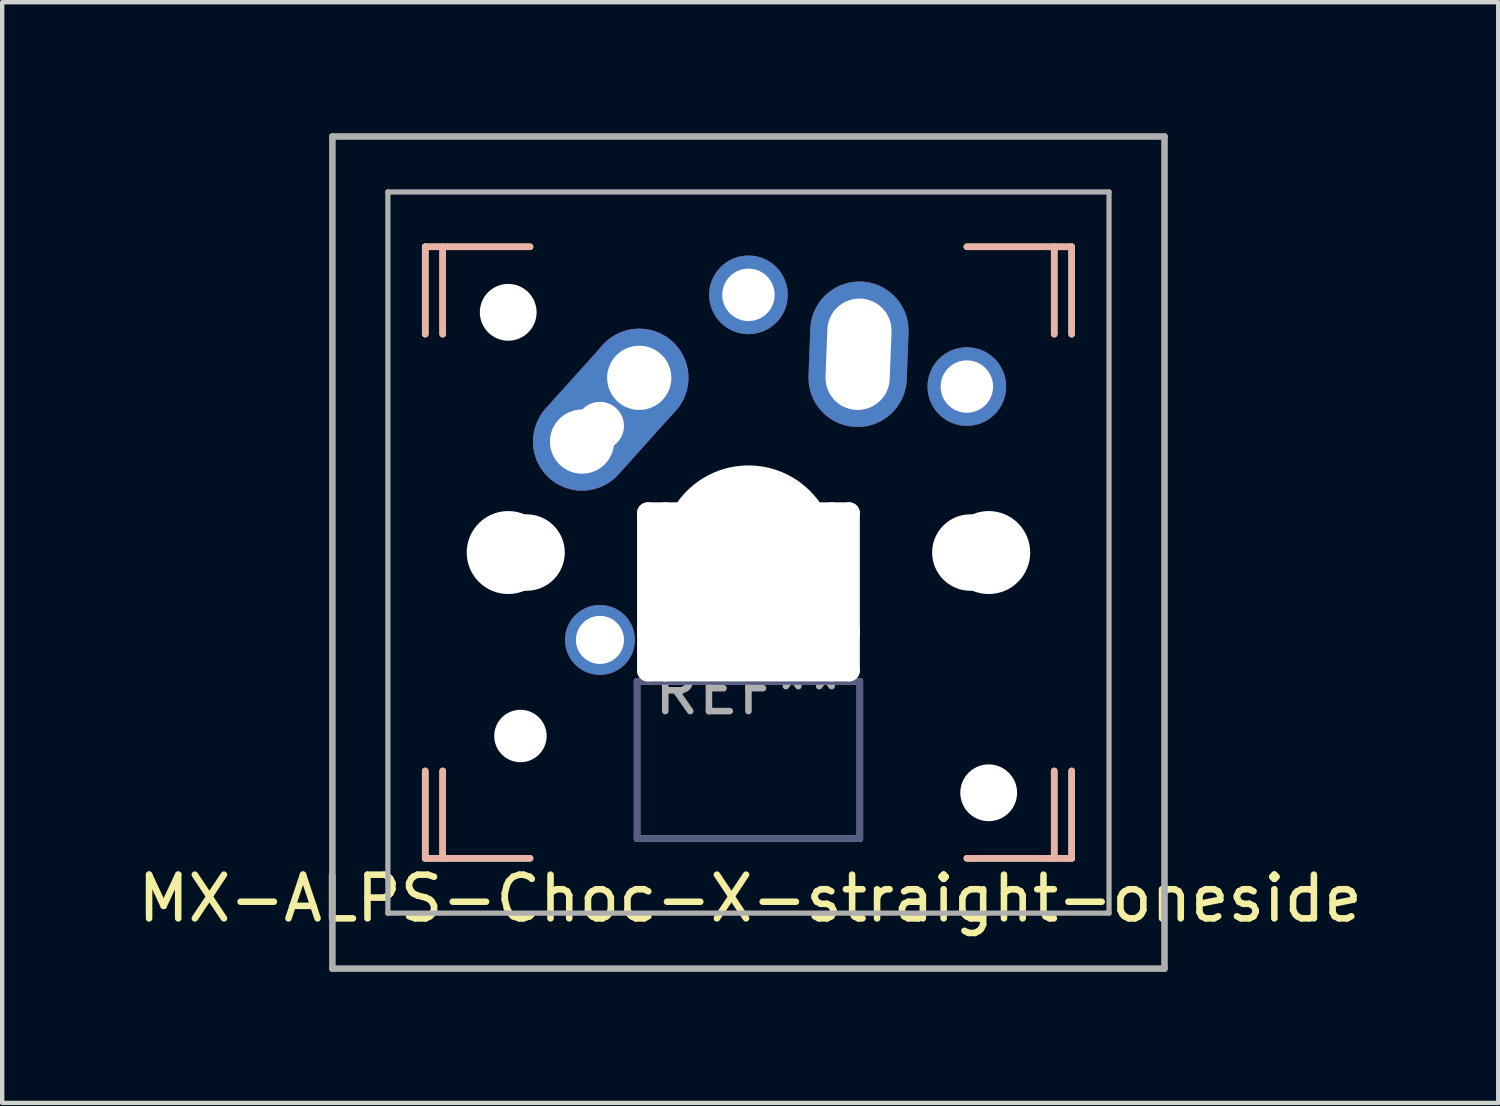
<source format=kicad_pcb>
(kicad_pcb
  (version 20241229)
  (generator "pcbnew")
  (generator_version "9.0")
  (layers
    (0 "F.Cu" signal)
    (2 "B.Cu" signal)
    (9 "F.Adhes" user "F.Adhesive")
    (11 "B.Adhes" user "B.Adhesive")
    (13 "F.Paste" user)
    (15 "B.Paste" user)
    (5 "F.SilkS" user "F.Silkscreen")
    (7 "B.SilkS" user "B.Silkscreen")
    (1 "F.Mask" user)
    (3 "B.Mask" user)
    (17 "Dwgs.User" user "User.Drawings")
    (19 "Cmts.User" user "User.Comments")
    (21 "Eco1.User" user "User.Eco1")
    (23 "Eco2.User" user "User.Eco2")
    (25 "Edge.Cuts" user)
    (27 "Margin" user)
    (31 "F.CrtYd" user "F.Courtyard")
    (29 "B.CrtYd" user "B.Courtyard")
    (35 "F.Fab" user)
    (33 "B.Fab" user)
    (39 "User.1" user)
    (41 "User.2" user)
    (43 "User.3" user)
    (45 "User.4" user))
  (footprint "MX-ALPS-Choc-X-straight-oneside"
    (layer "F.Cu")
    (at 16.625 4.52)
    (property "Reference" "MX-ALPS-Choc-X-straight-oneside" (at -2.5 13 0) (layer "F.SilkS") (effects (font (size 1 1) (thickness 0.15))))
    (attr through_hole)
    (fp_line (start -9.94 -1.92) (end -9.94 0.08) (stroke (width 0.15) (type solid)) (layer "F.SilkS"))
    (fp_line (start -9.94 10.08) (end -9.94 12.08) (stroke (width 0.15) (type solid)) (layer "F.SilkS"))
    (fp_line (start -9.94 12.08) (end -7.54 12.08) (stroke (width 0.15) (type solid)) (layer "F.SilkS"))
    (fp_line (start -9.54 -1.92) (end -9.54 0.08) (stroke (width 0.15) (type solid)) (layer "F.SilkS"))
    (fp_line (start -9.54 10.08) (end -9.54 12.08) (stroke (width 0.15) (type solid)) (layer "F.SilkS"))
    (fp_line (start -7.54 -1.92) (end -9.94 -1.92) (stroke (width 0.15) (type solid)) (layer "F.SilkS"))
    (fp_line (start 4.46 0.08) (end 4.46 -1.92) (stroke (width 0.15) (type solid)) (layer "F.SilkS"))
    (fp_line (start 4.46 10.08) (end 4.46 12.08) (stroke (width 0.15) (type solid)) (layer "F.SilkS"))
    (fp_line (start 4.86 -1.92) (end 2.46 -1.92) (stroke (width 0.15) (type solid)) (layer "F.SilkS"))
    (fp_line (start 4.86 0.08) (end 4.86 -1.92) (stroke (width 0.15) (type solid)) (layer "F.SilkS"))
    (fp_line (start 4.86 10.08) (end 4.86 12.08) (stroke (width 0.15) (type solid)) (layer "F.SilkS"))
    (fp_line (start 4.86 12.08) (end 2.46 12.08) (stroke (width 0.15) (type solid)) (layer "F.SilkS"))
    (fp_line (start -9.94 -1.92) (end -9.94 0.08) (stroke (width 0.15) (type solid)) (layer "B.SilkS"))
    (fp_line (start -9.94 10.08) (end -9.94 12.08) (stroke (width 0.15) (type solid)) (layer "B.SilkS"))
    (fp_line (start -9.94 12.08) (end -7.54 12.08) (stroke (width 0.15) (type solid)) (layer "B.SilkS"))
    (fp_line (start -9.54 -1.92) (end -9.54 0.08) (stroke (width 0.15) (type solid)) (layer "B.SilkS"))
    (fp_line (start -9.54 10.08) (end -9.54 12.08) (stroke (width 0.15) (type solid)) (layer "B.SilkS"))
    (fp_line (start -7.54 -1.92) (end -9.94 -1.92) (stroke (width 0.15) (type solid)) (layer "B.SilkS"))
    (fp_line (start 2.46 -1.92) (end 4.86 -1.92) (stroke (width 0.15) (type solid)) (layer "B.SilkS"))
    (fp_line (start 2.46 12.08) (end 4.86 12.08) (stroke (width 0.15) (type solid)) (layer "B.SilkS"))
    (fp_line (start 4.46 -1.92) (end 4.46 0.08) (stroke (width 0.15) (type solid)) (layer "B.SilkS"))
    (fp_line (start 4.46 12.08) (end 4.46 10.08) (stroke (width 0.15) (type solid)) (layer "B.SilkS"))
    (fp_line (start 4.86 -1.92) (end 4.86 0.08) (stroke (width 0.15) (type solid)) (layer "B.SilkS"))
    (fp_line (start 4.86 12.08) (end 4.86 10.08) (stroke (width 0.15) (type solid)) (layer "B.SilkS"))
    (fp_line (start -5.09 8.03) (end 0.01 8.03) (stroke (width 0.15) (type solid)) (layer "B.Fab"))
    (fp_line (start -5.09 11.63) (end -5.09 8.03) (stroke (width 0.15) (type solid)) (layer "B.Fab"))
    (fp_line (start 0.01 8.03) (end 0.01 11.63) (stroke (width 0.15) (type solid)) (layer "B.Fab"))
    (fp_line (start 0.01 11.63) (end -5.09 11.63) (stroke (width 0.15) (type solid)) (layer "B.Fab"))
    (fp_line (start -12.065 -4.445) (end 6.985 -4.445) (stroke (width 0.15) (type solid)) (layer "F.Fab"))
    (fp_line (start -12.065 14.605) (end -12.065 -4.445) (stroke (width 0.15) (type solid)) (layer "F.Fab"))
    (fp_line (start -10.795 -3.175) (end 5.715 -3.175) (stroke (width 0.12) (type solid)) (layer "F.Fab"))
    (fp_line (start -10.795 13.335) (end -10.795 -3.175) (stroke (width 0.12) (type solid)) (layer "F.Fab"))
    (fp_line (start -5.09 8.03) (end -5.09 11.63) (stroke (width 0.15) (type solid)) (layer "F.Fab"))
    (fp_line (start -5.09 11.63) (end 0.01 11.63) (stroke (width 0.15) (type solid)) (layer "F.Fab"))
    (fp_line (start 0.01 8.03) (end -5.09 8.03) (stroke (width 0.15) (type solid)) (layer "F.Fab"))
    (fp_line (start 0.01 11.63) (end 0.01 8.03) (stroke (width 0.15) (type solid)) (layer "F.Fab"))
    (fp_line (start 5.715 -3.175) (end 5.715 13.335) (stroke (width 0.12) (type solid)) (layer "F.Fab"))
    (fp_line (start 5.715 13.335) (end -10.795 13.335) (stroke (width 0.12) (type solid)) (layer "F.Fab"))
    (fp_line (start 6.985 -4.445) (end 6.985 14.605) (stroke (width 0.15) (type solid)) (layer "F.Fab"))
    (fp_line (start 6.985 14.605) (end -12.065 14.605) (stroke (width 0.15) (type solid)) (layer "F.Fab"))
    (fp_text user "REF**" (at -2.54 8.255 0) (layer "F.Fab") (effects (font (size 1 1) (thickness 0.15))))
    (pad "" np_thru_hole circle (at -8.04 -0.42 180) (size 1.3 1.3) (drill 1.3) (layers "*.Cu" "*.Mask"))
    (pad "" np_thru_hole circle (at -8.04 5.08 48.1) (size 1.9 1.9) (drill 1.9) (layers "*.Cu" "*.Mask"))
    (pad "" np_thru_hole circle (at -7.76 9.28 48.1) (size 1.2 1.2) (drill 1.2) (layers "*.Cu" "*.Mask"))
    (pad "" np_thru_hole circle (at -7.62 5.08 48.1) (size 1.75 1.75) (drill 1.75) (layers "*.Cu" "*.Mask"))
    (pad "" np_thru_hole oval (at -4.84 5.98) (size 0.5 4.1) (drill oval 0.5 4.1) (layers "*.Cu" "*.Mask"))
    (pad "" np_thru_hole oval (at -4.44 5.98) (size 0.5 4.1) (drill oval 0.5 4.1) (layers "*.Cu" "*.Mask"))
    (pad "" np_thru_hole oval (at -2.54 4.18) (size 5.1 0.5) (drill oval 5.1 0.5) (layers "*.Cu" "*.Mask"))
    (pad "" np_thru_hole circle (at -2.54 5.08) (size 3.988 3.988) (drill 3.988) (layers "*.Cu" "*.Mask"))
    (pad "" np_thru_hole oval (at -2.54 6.88) (size 5.1 1.5) (drill oval 5.1 1.5) (layers "*.Cu" "*.Mask"))
    (pad "" np_thru_hole oval (at -2.54 7.78) (size 5.1 0.5) (drill oval 5.1 0.5) (layers "*.Cu" "*.Mask"))
    (pad "" np_thru_hole oval (at -0.635 5.979) (size 0.5 4.1) (drill oval 0.5 4.1) (layers "*.Cu" "*.Mask"))
    (pad "" np_thru_hole oval (at -0.24 5.98) (size 0.5 4.1) (drill oval 0.5 4.1) (layers "*.Cu" "*.Mask"))
    (pad "" np_thru_hole circle (at 2.54 5.08 48.1) (size 1.75 1.75) (drill 1.75) (layers "*.Cu" "*.Mask"))
    (pad "" np_thru_hole circle (at 2.96 10.58 180) (size 1.3 1.3) (drill 1.3) (layers "*.Cu" "*.Mask"))
    (pad "" np_thru_hole circle (at 2.96 5.08 48.1) (size 1.9 1.9) (drill 1.9) (layers "*.Cu" "*.Mask"))
    (pad "1" thru_hole circle (at -5.94 7.08 180) (size 1.6 1.6) (drill 1.1) (layers "*.Cu" "*.Mask"))
    (pad "1" thru_hole circle (at 2.46 1.28) (size 1.8 1.8) (drill 1.2) (layers "*.Cu" "*.Mask"))
    (pad "2" thru_hole custom (at -6.35 2.54) (size 2.25 2.25) (drill 1.47) (layers "*.Cu" "*.Mask") (options (anchor circle)) (primitives (gr_line (start 1.61 -1.16) (end 0.3 0.3) (width 1.4)) (gr_line (start 1.008 -1.758) (end -0.34 -0.26) (width 1.4)) (gr_arc (start 1.008433 -1.758425) (mid 1.609214 -1.760785) (end 1.61 -1.16) (width 1.4))))
    (pad "2" thru_hole circle (at -5.94 2.18 180) (size 1.6 1.6) (drill 1.1) (layers "*.Cu" "*.Mask"))
    (pad "2" thru_hole circle (at -5.04 1.08) (size 2.25 2.25) (drill 1.47) (layers "*.Cu" "B.Mask"))
    (pad "2" thru_hole circle (at -2.54 -0.82) (size 1.8 1.8) (drill 1.2) (layers "*.Cu" "*.Mask"))
    (pad "3" thru_hole oval (at -0.02 0.54 87.8) (size 3.33 2.25) (drill oval 2.55 1.47) (layers "*.Cu" "*.Mask")))
  (gr_rect
    (start -3 -3)
    (end 31.25 22.2)
    (stroke (width 0.1) (type default))
    (fill no)
    (layer "Edge.Cuts")))
</source>
